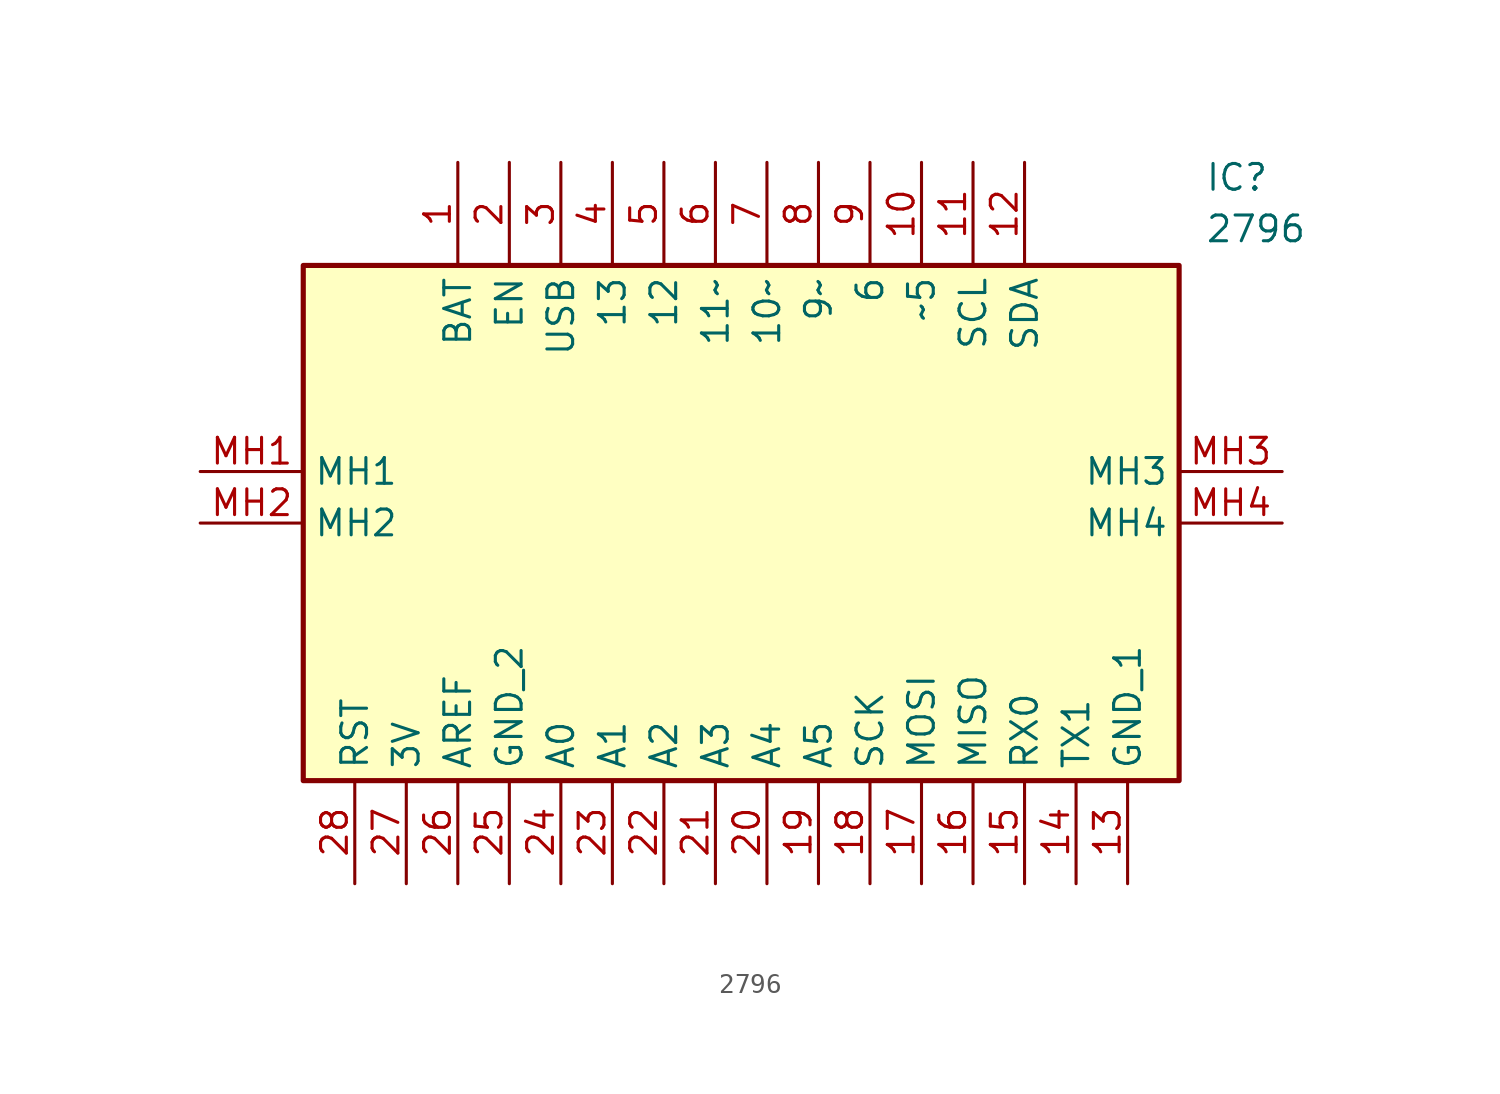
<source format=kicad_sym>
(kicad_symbol_lib
  (version 20211014)
  (generator SamacSys_ECAD_Model)
  (symbol "2796"
    (property "Reference" "IC"
      (at 49.53 15.24 0)
      (effects (font (size 1.27 1.27)) (justify left top)))
    (property "Value" "2796"
      (at 49.53 12.7 0)
      (effects (font (size 1.27 1.27)) (justify left top)))
    (rectangle
      (start 5.08 10.16)
      (end 48.26 -15.24)
      (stroke (width 0.254) (type default))
      (fill (type background)))
    (pin passive line
      (at 12.7 15.24 270)
      (length 5.08)
      (name "BAT" (effects (font (size 1.27 1.27))))
      (number "1" (effects (font (size 1.27 1.27)))))
    (pin passive line
      (at 15.24 15.24 270)
      (length 5.08)
      (name "EN" (effects (font (size 1.27 1.27))))
      (number "2" (effects (font (size 1.27 1.27)))))
    (pin passive line
      (at 17.78 15.24 270)
      (length 5.08)
      (name "USB" (effects (font (size 1.27 1.27))))
      (number "3" (effects (font (size 1.27 1.27)))))
    (pin passive line
      (at 20.32 15.24 270)
      (length 5.08)
      (name "13" (effects (font (size 1.27 1.27))))
      (number "4" (effects (font (size 1.27 1.27)))))
    (pin passive line
      (at 22.86 15.24 270)
      (length 5.08)
      (name "12" (effects (font (size 1.27 1.27))))
      (number "5" (effects (font (size 1.27 1.27)))))
    (pin passive line
      (at 25.4 15.24 270)
      (length 5.08)
      (name "11~" (effects (font (size 1.27 1.27))))
      (number "6" (effects (font (size 1.27 1.27)))))
    (pin passive line
      (at 27.94 15.24 270)
      (length 5.08)
      (name "10~" (effects (font (size 1.27 1.27))))
      (number "7" (effects (font (size 1.27 1.27)))))
    (pin passive line
      (at 30.48 15.24 270)
      (length 5.08)
      (name "9~" (effects (font (size 1.27 1.27))))
      (number "8" (effects (font (size 1.27 1.27)))))
    (pin passive line
      (at 33.02 15.24 270)
      (length 5.08)
      (name "6" (effects (font (size 1.27 1.27))))
      (number "9" (effects (font (size 1.27 1.27)))))
    (pin passive line
      (at 35.56 15.24 270)
      (length 5.08)
      (name "~5" (effects (font (size 1.27 1.27))))
      (number "10" (effects (font (size 1.27 1.27)))))
    (pin passive line
      (at 38.1 15.24 270)
      (length 5.08)
      (name "SCL" (effects (font (size 1.27 1.27))))
      (number "11" (effects (font (size 1.27 1.27)))))
    (pin passive line
      (at 40.64 15.24 270)
      (length 5.08)
      (name "SDA" (effects (font (size 1.27 1.27))))
      (number "12" (effects (font (size 1.27 1.27)))))
    (pin passive line
      (at 45.72 -20.32 90)
      (length 5.08)
      (name "GND_1" (effects (font (size 1.27 1.27))))
      (number "13" (effects (font (size 1.27 1.27)))))
    (pin passive line
      (at 43.18 -20.32 90)
      (length 5.08)
      (name "TX1" (effects (font (size 1.27 1.27))))
      (number "14" (effects (font (size 1.27 1.27)))))
    (pin passive line
      (at 40.64 -20.32 90)
      (length 5.08)
      (name "RX0" (effects (font (size 1.27 1.27))))
      (number "15" (effects (font (size 1.27 1.27)))))
    (pin passive line
      (at 38.1 -20.32 90)
      (length 5.08)
      (name "MISO" (effects (font (size 1.27 1.27))))
      (number "16" (effects (font (size 1.27 1.27)))))
    (pin passive line
      (at 35.56 -20.32 90)
      (length 5.08)
      (name "MOSI" (effects (font (size 1.27 1.27))))
      (number "17" (effects (font (size 1.27 1.27)))))
    (pin passive line
      (at 33.02 -20.32 90)
      (length 5.08)
      (name "SCK" (effects (font (size 1.27 1.27))))
      (number "18" (effects (font (size 1.27 1.27)))))
    (pin passive line
      (at 30.48 -20.32 90)
      (length 5.08)
      (name "A5" (effects (font (size 1.27 1.27))))
      (number "19" (effects (font (size 1.27 1.27)))))
    (pin passive line
      (at 27.94 -20.32 90)
      (length 5.08)
      (name "A4" (effects (font (size 1.27 1.27))))
      (number "20" (effects (font (size 1.27 1.27)))))
    (pin passive line
      (at 25.4 -20.32 90)
      (length 5.08)
      (name "A3" (effects (font (size 1.27 1.27))))
      (number "21" (effects (font (size 1.27 1.27)))))
    (pin passive line
      (at 22.86 -20.32 90)
      (length 5.08)
      (name "A2" (effects (font (size 1.27 1.27))))
      (number "22" (effects (font (size 1.27 1.27)))))
    (pin passive line
      (at 20.32 -20.32 90)
      (length 5.08)
      (name "A1" (effects (font (size 1.27 1.27))))
      (number "23" (effects (font (size 1.27 1.27)))))
    (pin passive line
      (at 17.78 -20.32 90)
      (length 5.08)
      (name "A0" (effects (font (size 1.27 1.27))))
      (number "24" (effects (font (size 1.27 1.27)))))
    (pin passive line
      (at 15.24 -20.32 90)
      (length 5.08)
      (name "GND_2" (effects (font (size 1.27 1.27))))
      (number "25" (effects (font (size 1.27 1.27)))))
    (pin passive line
      (at 12.7 -20.32 90)
      (length 5.08)
      (name "AREF" (effects (font (size 1.27 1.27))))
      (number "26" (effects (font (size 1.27 1.27)))))
    (pin passive line
      (at 10.16 -20.32 90)
      (length 5.08)
      (name "3V" (effects (font (size 1.27 1.27))))
      (number "27" (effects (font (size 1.27 1.27)))))
    (pin passive line
      (at 7.62 -20.32 90)
      (length 5.08)
      (name "RST" (effects (font (size 1.27 1.27))))
      (number "28" (effects (font (size 1.27 1.27)))))
    (pin passive line
      (at 0 0 0)
      (length 5.08)
      (name "MH1" (effects (font (size 1.27 1.27))))
      (number "MH1" (effects (font (size 1.27 1.27)))))
    (pin passive line
      (at 0 -2.54 0)
      (length 5.08)
      (name "MH2" (effects (font (size 1.27 1.27))))
      (number "MH2" (effects (font (size 1.27 1.27)))))
    (pin passive line
      (at 53.34 0 180)
      (length 5.08)
      (name "MH3" (effects (font (size 1.27 1.27))))
      (number "MH3" (effects (font (size 1.27 1.27)))))
    (pin passive line
      (at 53.34 -2.54 180)
      (length 5.08)
      (name "MH4" (effects (font (size 1.27 1.27))))
      (number "MH4" (effects (font (size 1.27 1.27)))))))
</source>
